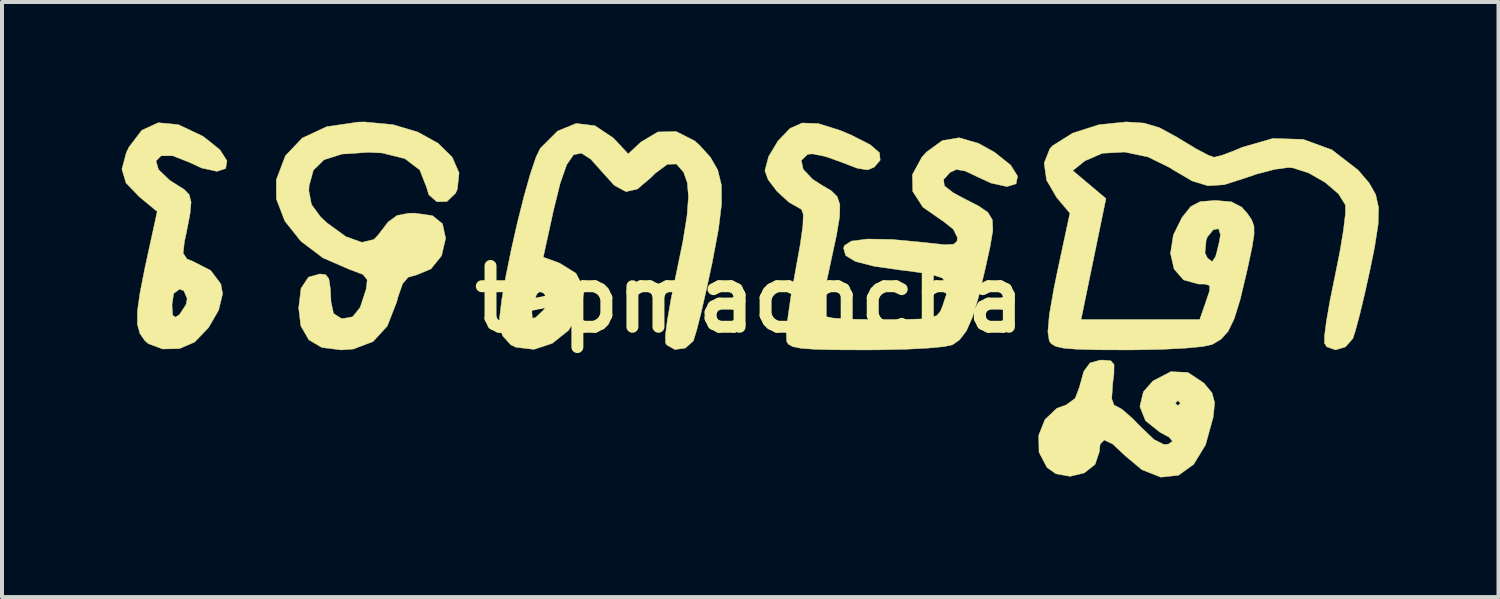
<source format=kicad_pcb>
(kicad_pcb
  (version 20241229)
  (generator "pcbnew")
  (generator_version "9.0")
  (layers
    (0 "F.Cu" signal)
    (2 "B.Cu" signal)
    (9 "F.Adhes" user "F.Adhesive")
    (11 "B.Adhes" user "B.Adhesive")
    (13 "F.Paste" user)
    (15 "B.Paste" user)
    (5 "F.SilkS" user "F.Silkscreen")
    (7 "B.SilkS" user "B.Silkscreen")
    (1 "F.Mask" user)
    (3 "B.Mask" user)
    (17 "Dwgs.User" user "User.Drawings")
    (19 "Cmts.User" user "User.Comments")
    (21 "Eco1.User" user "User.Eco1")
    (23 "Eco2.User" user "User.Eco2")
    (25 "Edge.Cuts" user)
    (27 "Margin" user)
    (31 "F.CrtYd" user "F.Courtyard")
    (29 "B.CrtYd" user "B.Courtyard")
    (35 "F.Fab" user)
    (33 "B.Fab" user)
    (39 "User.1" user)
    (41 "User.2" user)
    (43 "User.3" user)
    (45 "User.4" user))
  (footprint "tepmachcha"
    (layer "F.Cu")
    (at 15.738 4.45)
    (property "Reference" "tepmachcha" (at 0 0 0) (layer "F.SilkS") (effects (font (size 1.524 1.524) (thickness 0.3))))
    (attr through_hole)
    (fp_poly (pts (xy 9.049 1.54) (xy 9.132 1.635) (xy 9.128 1.875) (xy 9.1 2.095) (xy 9.073 2.492) (xy 9.135 2.66) (xy 9.166 2.667) (xy 9.326 2.754) (xy 9.585 2.978) (xy 9.793 3.191) (xy 10.135 3.516) (xy 10.383 3.641) (xy 10.495 3.63) (xy 10.597 3.556) (xy 10.508 3.455) (xy 10.278 3.329) (xy 9.919 3.043) (xy 9.779 2.688) (xy 9.799 2.603) (xy 10.668 2.603) (xy 10.732 2.667) (xy 10.795 2.603) (xy 10.732 2.54) (xy 10.668 2.603) (xy 9.799 2.603) (xy 9.867 2.318) (xy 10.107 2.047) (xy 10.555 1.814) (xy 10.983 1.834) (xy 11.383 2.1) (xy 11.586 2.345) (xy 11.653 2.594) (xy 11.616 2.957) (xy 11.424 3.65) (xy 11.126 4.138) (xy 10.746 4.411) (xy 10.305 4.459) (xy 9.828 4.271) (xy 9.426 3.935) (xy 9.094 3.626) (xy 8.885 3.527) (xy 8.782 3.634) (xy 8.763 3.822) (xy 8.656 4.139) (xy 8.386 4.352) (xy 8.032 4.438) (xy 7.674 4.374) (xy 7.449 4.213) (xy 7.251 3.833) (xy 7.243 3.409) (xy 7.399 3.016) (xy 7.697 2.733) (xy 7.932 2.648) (xy 8.158 2.483) (xy 8.261 2.211) (xy 8.374 1.804) (xy 8.53 1.595) (xy 8.779 1.526) (xy 8.851 1.524) (xy 9.049 1.54)) (stroke (width 0.01) (type solid)) (fill yes) (layer "F.SilkS"))
    (fp_poly (pts (xy -14.321 -4.377) (xy -13.724 -4.096) (xy -13.677 -4.067) (xy -13.275 -3.745) (xy -13.1 -3.47) (xy -13.132 -3.277) (xy -13.351 -3.205) (xy -13.736 -3.29) (xy -14.032 -3.428) (xy -14.459 -3.596) (xy -14.75 -3.596) (xy -14.878 -3.468) (xy -14.816 -3.25) (xy -14.535 -2.982) (xy -14.401 -2.896) (xy -14.178 -2.757) (xy -14.047 -2.623) (xy -13.999 -2.436) (xy -14.026 -2.138) (xy -14.117 -1.671) (xy -14.166 -1.442) (xy -14.198 -1.154) (xy -14.102 -1.01) (xy -13.952 -0.95) (xy -13.506 -0.721) (xy -13.253 -0.382) (xy -13.209 -0.139) (xy -13.308 0.271) (xy -13.561 0.71) (xy -13.908 1.071) (xy -13.917 1.077) (xy -14.288 1.236) (xy -14.71 1.247) (xy -15.07 1.114) (xy -15.157 1.038) (xy -15.282 0.858) (xy -15.345 0.63) (xy -15.345 0.309) (xy -15.322 0.143) (xy -14.478 0.143) (xy -14.461 0.401) (xy -14.387 0.449) (xy -14.287 0.381) (xy -14.124 0.13) (xy -14.097 -0.016) (xy -14.181 -0.213) (xy -14.287 -0.254) (xy -14.436 -0.145) (xy -14.478 0.143) (xy -15.322 0.143) (xy -15.281 -0.153) (xy -15.153 -0.802) (xy -15.108 -1.01) (xy -14.848 -2.198) (xy -15.298 -2.569) (xy -15.63 -2.915) (xy -15.733 -3.26) (xy -15.623 -3.674) (xy -15.556 -3.813) (xy -15.234 -4.236) (xy -14.823 -4.424) (xy -14.321 -4.377)) (stroke (width 0.01) (type solid)) (fill yes) (layer "F.SilkS"))
    (fp_poly (pts (xy -8.94 -4.376) (xy -8.315 -4.19) (xy -7.81 -3.91) (xy -7.455 -3.561) (xy -7.283 -3.168) (xy -7.326 -2.756) (xy -7.372 -2.657) (xy -7.588 -2.449) (xy -7.84 -2.443) (xy -8.042 -2.621) (xy -8.104 -2.823) (xy -8.268 -3.24) (xy -8.64 -3.524) (xy -9.212 -3.666) (xy -9.55 -3.683) (xy -10.216 -3.639) (xy -10.669 -3.495) (xy -10.935 -3.235) (xy -11.042 -2.839) (xy -11.047 -2.712) (xy -10.982 -2.375) (xy -10.75 -2.059) (xy -10.602 -1.92) (xy -10.119 -1.569) (xy -9.718 -1.427) (xy -9.416 -1.499) (xy -9.319 -1.601) (xy -9.062 -1.935) (xy -8.835 -2.101) (xy -8.545 -2.156) (xy -8.402 -2.159) (xy -7.951 -2.096) (xy -7.699 -1.893) (xy -7.62 -1.53) (xy -7.62 -1.527) (xy -7.722 -1.09) (xy -7.988 -0.76) (xy -8.344 -0.612) (xy -8.558 -0.552) (xy -8.697 -0.392) (xy -8.811 -0.065) (xy -8.845 0.064) (xy -9.082 0.671) (xy -9.44 1.061) (xy -9.935 1.248) (xy -10.231 1.27) (xy -10.723 1.209) (xy -11.049 1.016) (xy -11.249 0.668) (xy -11.303 0.216) (xy -11.243 -0.275) (xy -11.057 -0.555) (xy -10.77 -0.635) (xy -10.625 -0.615) (xy -10.547 -0.515) (xy -10.509 -0.272) (xy -10.492 0.064) (xy -10.43 0.356) (xy -10.244 0.476) (xy -10.2 0.484) (xy -9.949 0.439) (xy -9.76 0.2) (xy -9.609 -0.263) (xy -9.609 -0.266) (xy -9.585 -0.488) (xy -9.69 -0.62) (xy -9.98 -0.731) (xy -10.015 -0.742) (xy -10.693 -1.036) (xy -11.249 -1.456) (xy -11.65 -1.961) (xy -11.861 -2.509) (xy -11.864 -2.993) (xy -11.636 -3.596) (xy -11.213 -4.041) (xy -10.601 -4.325) (xy -9.81 -4.441) (xy -9.652 -4.444) (xy -8.94 -4.376)) (stroke (width 0.01) (type solid)) (fill yes) (layer "F.SilkS"))
    (fp_poly (pts (xy -3.877 -4.349) (xy -3.422 -4.045) (xy -3.353 -3.975) (xy -3.044 -3.642) (xy -2.73 -3.938) (xy -2.301 -4.193) (xy -1.841 -4.204) (xy -1.383 -3.972) (xy -1.264 -3.868) (xy -0.985 -3.561) (xy -0.801 -3.242) (xy -0.709 -2.865) (xy -0.705 -2.384) (xy -0.782 -1.754) (xy -0.937 -0.929) (xy -0.95 -0.867) (xy -1.088 -0.226) (xy -1.218 0.339) (xy -1.328 0.773) (xy -1.405 1.023) (xy -1.416 1.048) (xy -1.614 1.224) (xy -1.873 1.26) (xy -2.078 1.146) (xy -2.11 1.088) (xy -2.111 0.898) (xy -2.062 0.517) (xy -1.972 -0.000042) (xy -1.852 -0.585) (xy -1.676 -1.438) (xy -1.571 -2.087) (xy -1.534 -2.568) (xy -1.563 -2.921) (xy -1.655 -3.182) (xy -1.655 -3.183) (xy -1.836 -3.39) (xy -2.064 -3.383) (xy -2.369 -3.156) (xy -2.477 -3.048) (xy -2.813 -2.763) (xy -3.101 -2.697) (xy -3.392 -2.855) (xy -3.683 -3.175) (xy -3.979 -3.508) (xy -4.217 -3.662) (xy -4.413 -3.622) (xy -4.585 -3.374) (xy -4.75 -2.904) (xy -4.924 -2.198) (xy -4.942 -2.112) (xy -5.173 -1.055) (xy -4.766 -0.907) (xy -4.353 -0.651) (xy -4.16 -0.276) (xy -4.198 0.189) (xy -4.24 0.301) (xy -4.539 0.778) (xy -4.947 1.105) (xy -5.406 1.256) (xy -5.858 1.203) (xy -5.987 1.141) (xy -6.184 0.925) (xy -6.266 0.732) (xy -6.27 0.471) (xy -6.25 0.314) (xy -5.459 0.314) (xy -5.447 0.474) (xy -5.369 0.462) (xy -5.18 0.284) (xy -5 0.061) (xy -5.008 -0.095) (xy -5.058 -0.156) (xy -5.217 -0.245) (xy -5.337 -0.126) (xy -5.442 0.163) (xy -5.459 0.314) (xy -6.25 0.314) (xy -6.215 0.022) (xy -6.114 -0.561) (xy -5.979 -1.224) (xy -5.824 -1.91) (xy -5.66 -2.565) (xy -5.499 -3.134) (xy -5.355 -3.562) (xy -5.247 -3.784) (xy -4.813 -4.217) (xy -4.349 -4.406) (xy -3.877 -4.349)) (stroke (width 0.01) (type solid)) (fill yes) (layer "F.SilkS"))
    (fp_poly (pts (xy 1.723 -4.403) (xy 2.271 -4.231) (xy 2.556 -4.11) (xy 3.019 -3.874) (xy 3.252 -3.674) (xy 3.271 -3.486) (xy 3.121 -3.31) (xy 2.956 -3.242) (xy 2.701 -3.282) (xy 2.298 -3.436) (xy 1.904 -3.577) (xy 1.581 -3.643) (xy 1.454 -3.634) (xy 1.294 -3.481) (xy 1.341 -3.258) (xy 1.574 -3.01) (xy 1.811 -2.857) (xy 2.045 -2.72) (xy 2.193 -2.573) (xy 2.261 -2.371) (xy 2.253 -2.064) (xy 2.176 -1.606) (xy 2.035 -0.949) (xy 2.035 -0.946) (xy 1.923 -0.426) (xy 1.836 0.007) (xy 1.787 0.288) (xy 1.781 0.349) (xy 1.851 0.422) (xy 2.085 0.471) (xy 2.511 0.498) (xy 3.159 0.508) (xy 3.242 0.508) (xy 3.869 0.506) (xy 4.29 0.494) (xy 4.551 0.463) (xy 4.698 0.402) (xy 4.778 0.303) (xy 4.829 0.182) (xy 4.944 -0.161) (xy 4.952 -0.39) (xy 4.821 -0.537) (xy 4.515 -0.632) (xy 4 -0.707) (xy 3.811 -0.728) (xy 3.117 -0.827) (xy 2.656 -0.945) (xy 2.408 -1.093) (xy 2.353 -1.278) (xy 2.371 -1.343) (xy 2.547 -1.458) (xy 2.952 -1.51) (xy 3.567 -1.499) (xy 4.375 -1.424) (xy 4.477 -1.411) (xy 4.889 -1.368) (xy 5.109 -1.378) (xy 5.195 -1.452) (xy 5.207 -1.546) (xy 5.103 -1.756) (xy 4.852 -1.955) (xy 4.838 -1.962) (xy 4.341 -2.309) (xy 4.087 -2.702) (xy 4.078 -3.126) (xy 4.318 -3.564) (xy 4.435 -3.693) (xy 4.827 -3.977) (xy 5.249 -4.048) (xy 5.739 -3.906) (xy 6.135 -3.686) (xy 6.541 -3.362) (xy 6.714 -3.086) (xy 6.676 -2.894) (xy 6.449 -2.824) (xy 6.053 -2.91) (xy 5.76 -3.044) (xy 5.403 -3.213) (xy 5.18 -3.253) (xy 5.018 -3.176) (xy 5.018 -3.176) (xy 4.858 -2.998) (xy 4.881 -2.841) (xy 5.108 -2.665) (xy 5.366 -2.527) (xy 5.735 -2.338) (xy 5.967 -2.18) (xy 6.081 -1.994) (xy 6.094 -1.724) (xy 6.024 -1.313) (xy 5.91 -0.794) (xy 5.739 -0.07) (xy 5.586 0.444) (xy 5.432 0.792) (xy 5.261 1.015) (xy 5.085 1.14) (xy 4.875 1.186) (xy 4.462 1.225) (xy 3.895 1.254) (xy 3.225 1.268) (xy 2.925 1.27) (xy 2.178 1.267) (xy 1.647 1.255) (xy 1.294 1.23) (xy 1.08 1.188) (xy 0.968 1.125) (xy 0.927 1.06) (xy 0.919 0.858) (xy 0.956 0.465) (xy 1.032 -0.064) (xy 1.14 -0.672) (xy 1.141 -0.68) (xy 1.267 -1.372) (xy 1.333 -1.845) (xy 1.343 -2.129) (xy 1.299 -2.252) (xy 1.285 -2.26) (xy 0.987 -2.429) (xy 0.687 -2.703) (xy 0.46 -3.001) (xy 0.381 -3.222) (xy 0.474 -3.576) (xy 0.71 -3.969) (xy 1.01 -4.282) (xy 1.315 -4.418) (xy 1.723 -4.403)) (stroke (width 0.01) (type solid)) (fill yes) (layer "F.SilkS"))
    (fp_poly (pts (xy 9.883 -4.415) (xy 10.27 -4.3) (xy 10.708 -4.062) (xy 10.801 -4.004) (xy 11.181 -3.775) (xy 11.486 -3.614) (xy 11.638 -3.559) (xy 11.833 -3.607) (xy 12.16 -3.73) (xy 12.337 -3.807) (xy 13.11 -4.03) (xy 13.874 -4.007) (xy 14.593 -3.744) (xy 15.235 -3.248) (xy 15.264 -3.218) (xy 15.524 -2.915) (xy 15.688 -2.627) (xy 15.761 -2.299) (xy 15.75 -1.876) (xy 15.661 -1.303) (xy 15.548 -0.747) (xy 15.415 -0.145) (xy 15.287 0.389) (xy 15.18 0.79) (xy 15.116 0.984) (xy 14.931 1.194) (xy 14.68 1.269) (xy 14.464 1.192) (xy 14.405 1.101) (xy 14.406 0.917) (xy 14.455 0.541) (xy 14.545 0.026) (xy 14.667 -0.573) (xy 14.669 -0.581) (xy 14.791 -1.192) (xy 14.881 -1.733) (xy 14.93 -2.143) (xy 14.93 -2.362) (xy 14.757 -2.642) (xy 14.423 -2.928) (xy 14.014 -3.163) (xy 13.614 -3.292) (xy 13.498 -3.302) (xy 13.158 -3.256) (xy 12.707 -3.138) (xy 12.4 -3.033) (xy 11.893 -2.871) (xy 11.485 -2.844) (xy 11.088 -2.965) (xy 10.609 -3.246) (xy 10.534 -3.296) (xy 9.983 -3.567) (xy 9.393 -3.69) (xy 8.84 -3.659) (xy 8.401 -3.469) (xy 8.381 -3.453) (xy 8.097 -3.224) (xy 8.513 -2.874) (xy 8.929 -2.524) (xy 8.617 -1.008) (xy 8.305 0.508) (xy 11.278 0.508) (xy 11.418 0.108) (xy 11.523 -0.205) (xy 11.527 -0.344) (xy 11.408 -0.38) (xy 11.249 -0.381) (xy 10.875 -0.484) (xy 10.636 -0.757) (xy 10.546 -1.151) (xy 10.548 -1.163) (xy 11.41 -1.163) (xy 11.474 -1.031) (xy 11.591 -0.943) (xy 11.675 -1.071) (xy 11.701 -1.158) (xy 11.773 -1.458) (xy 11.798 -1.619) (xy 11.751 -1.768) (xy 11.62 -1.743) (xy 11.476 -1.57) (xy 11.441 -1.492) (xy 11.41 -1.163) (xy 10.548 -1.163) (xy 10.618 -1.612) (xy 10.832 -2.045) (xy 11.054 -2.324) (xy 11.291 -2.448) (xy 11.659 -2.476) (xy 11.675 -2.477) (xy 12.073 -2.442) (xy 12.33 -2.31) (xy 12.47 -2.153) (xy 12.58 -1.992) (xy 12.638 -1.837) (xy 12.641 -1.627) (xy 12.59 -1.303) (xy 12.484 -0.805) (xy 12.451 -0.657) (xy 12.289 0.019) (xy 12.143 0.49) (xy 11.991 0.803) (xy 11.809 1.004) (xy 11.59 1.134) (xy 11.352 1.185) (xy 10.913 1.226) (xy 10.324 1.256) (xy 9.636 1.269) (xy 9.46 1.27) (xy 8.734 1.267) (xy 8.221 1.254) (xy 7.882 1.228) (xy 7.675 1.183) (xy 7.559 1.115) (xy 7.508 1.045) (xy 7.473 0.816) (xy 7.51 0.385) (xy 7.623 -0.263) (xy 7.706 -0.669) (xy 8.025 -2.157) (xy 7.695 -2.549) (xy 7.44 -2.985) (xy 7.38 -3.414) (xy 7.523 -3.775) (xy 7.593 -3.849) (xy 8.096 -4.165) (xy 8.749 -4.373) (xy 9.432 -4.445) (xy 9.883 -4.415)) (stroke (width 0.01) (type solid)) (fill yes) (layer "F.SilkS")))
  (gr_rect
    (start -3 -3)
    (end 34.504 11.914)
    (stroke (width 0.1) (type default))
    (fill no)
    (layer "Edge.Cuts")))
</source>
